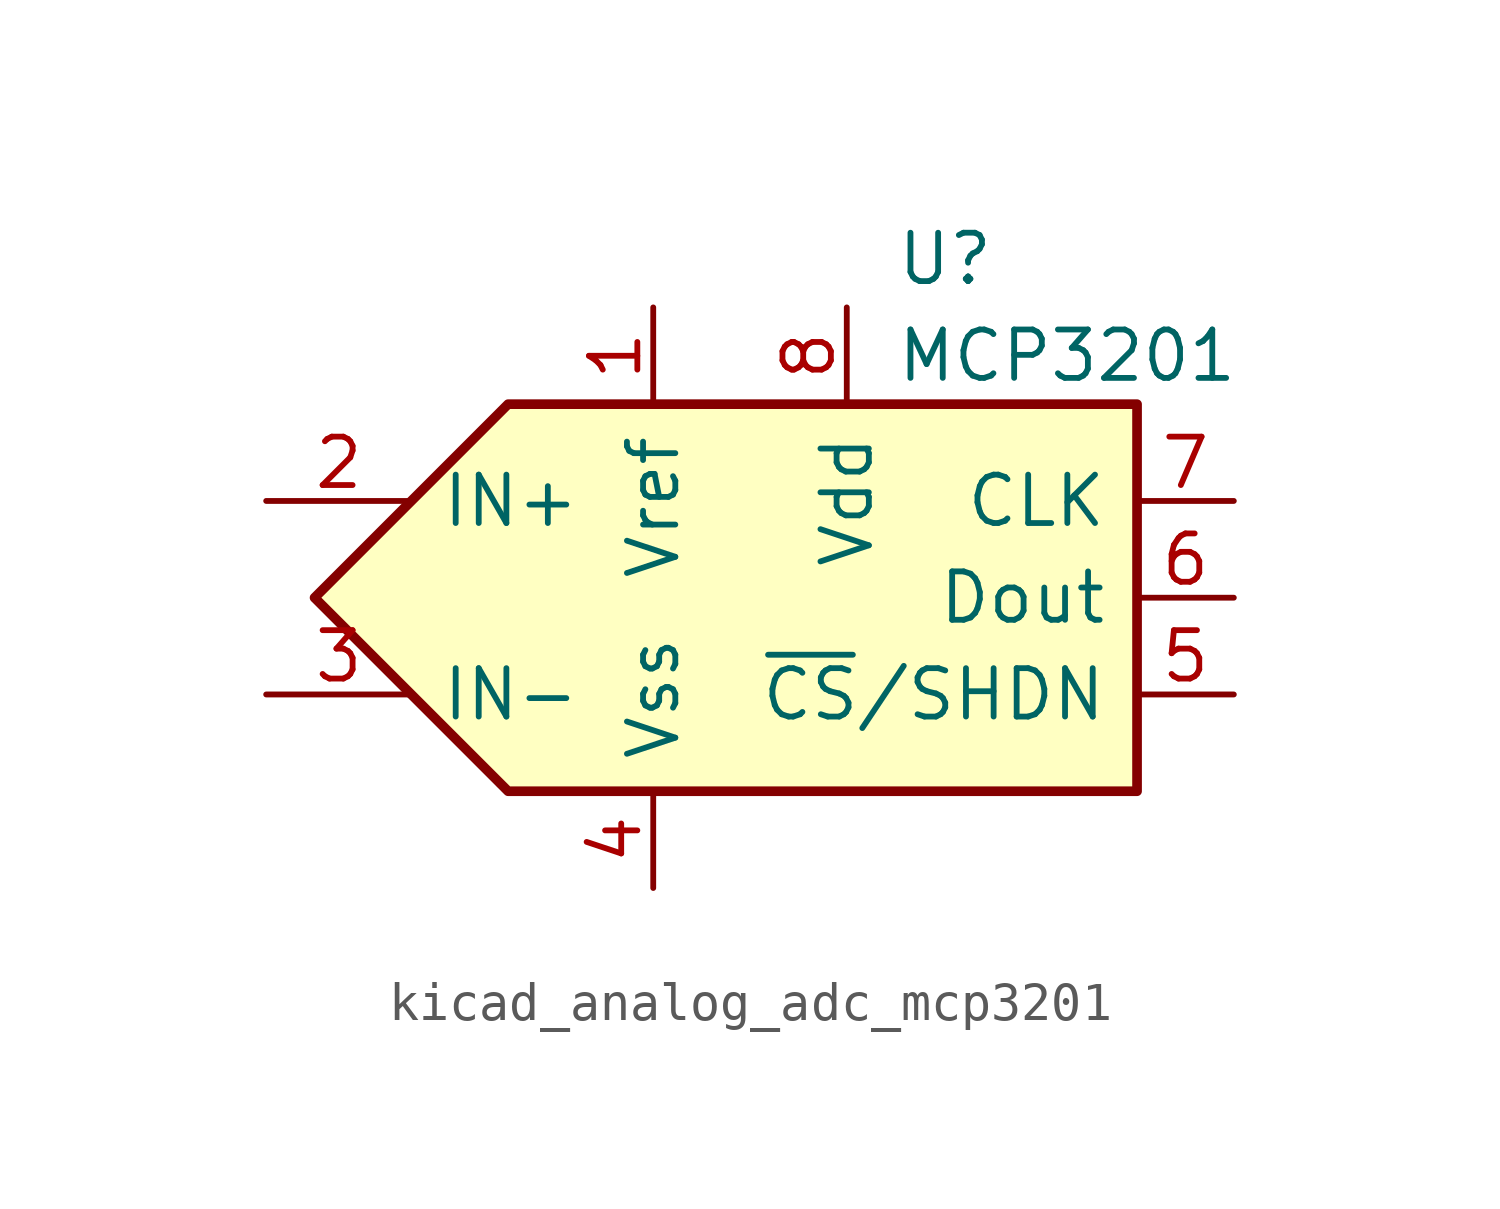
<source format=kicad_sym>
(kicad_symbol_lib
  (version 20220914)
  (generator kicad_symbol_editor)
  (symbol "kicad_analog_adc_mcp3201"
    (pin_names
      (offset 0.762))
    (property "Reference" "U"
      (at 3.81 8.89 0)
      (effects (font (size 1.27 1.27)) (justify left)))
    (property "Value" "MCP3201"
      (at 3.81 6.35 0)
      (effects (font (size 1.27 1.27)) (justify left)))
    (symbol "kicad_analog_adc_mcp3201_0_0"
      (polyline (pts (xy -11.43 0) (xy -6.35 5.08) (xy 10.16 5.08) (xy 10.16 -5.08) (xy -6.35 -5.08) (xy -11.43 0)) (stroke (width 0.254) (type default)) (fill (type background))))
    (symbol "kicad_analog_adc_mcp3201_1_1"
      (pin power_in line (at -2.54 7.62 270) (length 2.54) (name "Vref" (effects (font (size 1.27 1.27)))) (number "1" (effects (font (size 1.27 1.27)))))
      (pin input line (at -12.7 2.54 0) (length 3.81) (name "IN+" (effects (font (size 1.27 1.27)))) (number "2" (effects (font (size 1.27 1.27)))))
      (pin input line (at -12.7 -2.54 0) (length 3.81) (name "IN-" (effects (font (size 1.27 1.27)))) (number "3" (effects (font (size 1.27 1.27)))))
      (pin power_in line (at -2.54 -7.62 90) (length 2.54) (name "Vss" (effects (font (size 1.27 1.27)))) (number "4" (effects (font (size 1.27 1.27)))))
      (pin input line (at 12.7 -2.54 180) (length 2.54) (name "~{CS}/SHDN" (effects (font (size 1.27 1.27)))) (number "5" (effects (font (size 1.27 1.27)))))
      (pin output line (at 12.7 0 180) (length 2.54) (name "Dout" (effects (font (size 1.27 1.27)))) (number "6" (effects (font (size 1.27 1.27)))))
      (pin input line (at 12.7 2.54 180) (length 2.54) (name "CLK" (effects (font (size 1.27 1.27)))) (number "7" (effects (font (size 1.27 1.27)))))
      (pin power_in line (at 2.54 7.62 270) (length 2.54) (name "Vdd" (effects (font (size 1.27 1.27)))) (number "8" (effects (font (size 1.27 1.27))))))))
</source>
